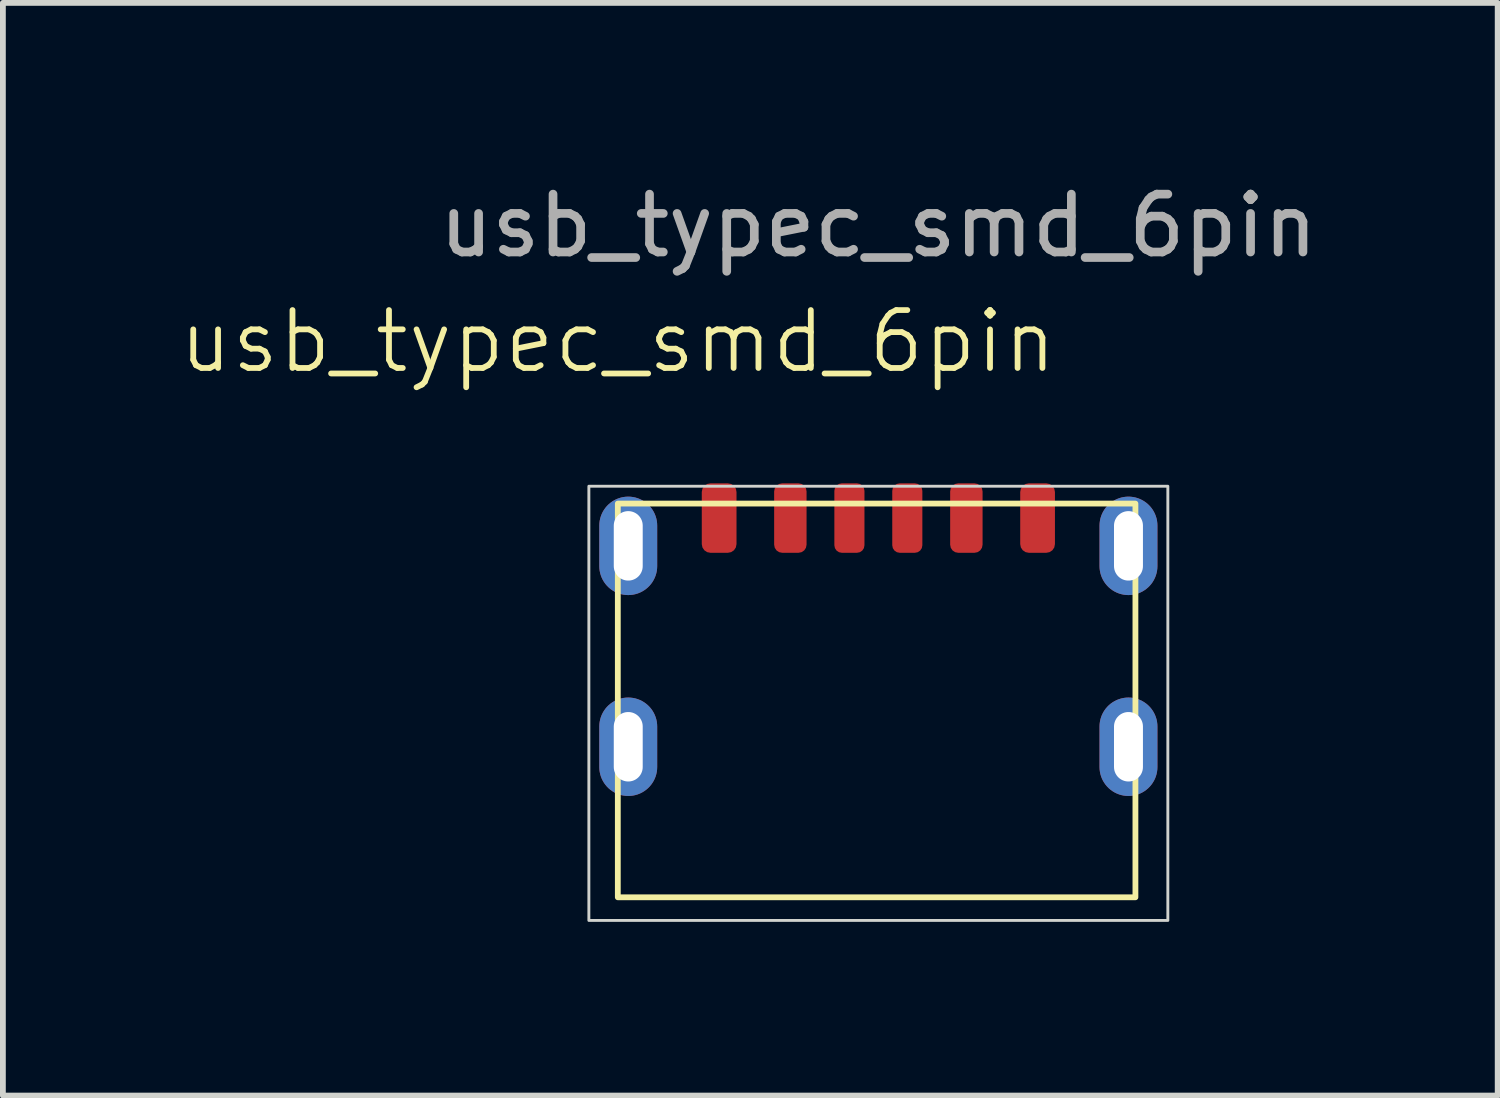
<source format=kicad_pcb>
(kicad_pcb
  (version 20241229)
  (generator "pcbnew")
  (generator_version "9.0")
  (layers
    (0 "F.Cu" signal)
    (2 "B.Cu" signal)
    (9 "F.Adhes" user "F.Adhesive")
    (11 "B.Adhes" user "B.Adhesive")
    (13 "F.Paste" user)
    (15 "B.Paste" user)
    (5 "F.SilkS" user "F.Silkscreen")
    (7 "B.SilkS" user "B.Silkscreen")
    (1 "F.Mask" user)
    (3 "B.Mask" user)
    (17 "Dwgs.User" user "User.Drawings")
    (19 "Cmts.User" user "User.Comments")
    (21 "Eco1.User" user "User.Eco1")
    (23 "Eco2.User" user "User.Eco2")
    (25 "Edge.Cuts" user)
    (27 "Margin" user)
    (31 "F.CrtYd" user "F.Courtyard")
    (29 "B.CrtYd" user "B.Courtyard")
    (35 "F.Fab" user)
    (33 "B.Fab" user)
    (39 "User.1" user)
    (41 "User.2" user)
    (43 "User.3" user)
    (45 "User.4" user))
  (footprint "usb_typec_smd_6pin"
    (layer "F.Cu")
    (at 12.121 6.348)
    (property "Reference" "usb_typec_smd_6pin" (at -4.5 -3.5 0) (unlocked yes) (layer "F.SilkS") (effects (font (size 1 1) (thickness 0.1))))
    (attr smd)
    (fp_rect (start -4.5 -0.7) (end 4.44 6.1) (stroke (width 0.1) (type default)) (fill no) (layer "F.SilkS"))
    (fp_rect (start -5 -1) (end 5 6.5) (stroke (width 0.05) (type default)) (fill no) (layer "Edge.Cuts"))
    (fp_text user "${REFERENCE}" (at 0 -5.5 0) (unlocked yes) (layer "F.Fab") (effects (font (size 1 1) (thickness 0.15))))
    (pad "7" thru_hole oval (at -4.32 0.03) (size 1 1.7) (drill oval 0.5 1.2) (layers "*.Cu" "*.Mask"))
    (pad "7" thru_hole oval (at -4.32 3.5) (size 1 1.7) (drill oval 0.5 1.2) (layers "*.Cu" "*.Mask"))
    (pad "7" thru_hole oval (at 4.32 0.03) (size 1 1.7) (drill oval 0.5 1.2) (layers "*.Cu" "*.Mask"))
    (pad "7" thru_hole oval (at 4.32 3.5) (size 1 1.7) (drill oval 0.5 1.2) (layers "*.Cu" "*.Mask"))
    (pad "A5" smd roundrect (at -0.5 -0.45) (size 0.52 1.2) (layers "F.Cu" "F.Mask" "F.Paste") (roundrect_rratio 0.25))
    (pad "A9" smd roundrect (at 1.52 -0.45) (size 0.56 1.2) (layers "F.Cu" "F.Mask" "F.Paste") (roundrect_rratio 0.25))
    (pad "A12" smd roundrect (at 2.75 -0.45) (size 0.6 1.2) (layers "F.Cu" "F.Mask" "F.Paste") (roundrect_rratio 0.25))
    (pad "B5" smd roundrect (at 0.5 -0.45) (size 0.52 1.2) (layers "F.Cu" "F.Mask" "F.Paste") (roundrect_rratio 0.25))
    (pad "B9" smd roundrect (at -1.52 -0.45) (size 0.56 1.2) (layers "F.Cu" "F.Mask" "F.Paste") (roundrect_rratio 0.25))
    (pad "B12" smd roundrect (at -2.75 -0.45) (size 0.6 1.2) (layers "F.Cu" "F.Mask" "F.Paste") (roundrect_rratio 0.25)))
  (gr_rect
    (start -3 -3)
    (end 22.818 15.873)
    (stroke (width 0.1) (type default))
    (fill no)
    (layer "Edge.Cuts")))
</source>
